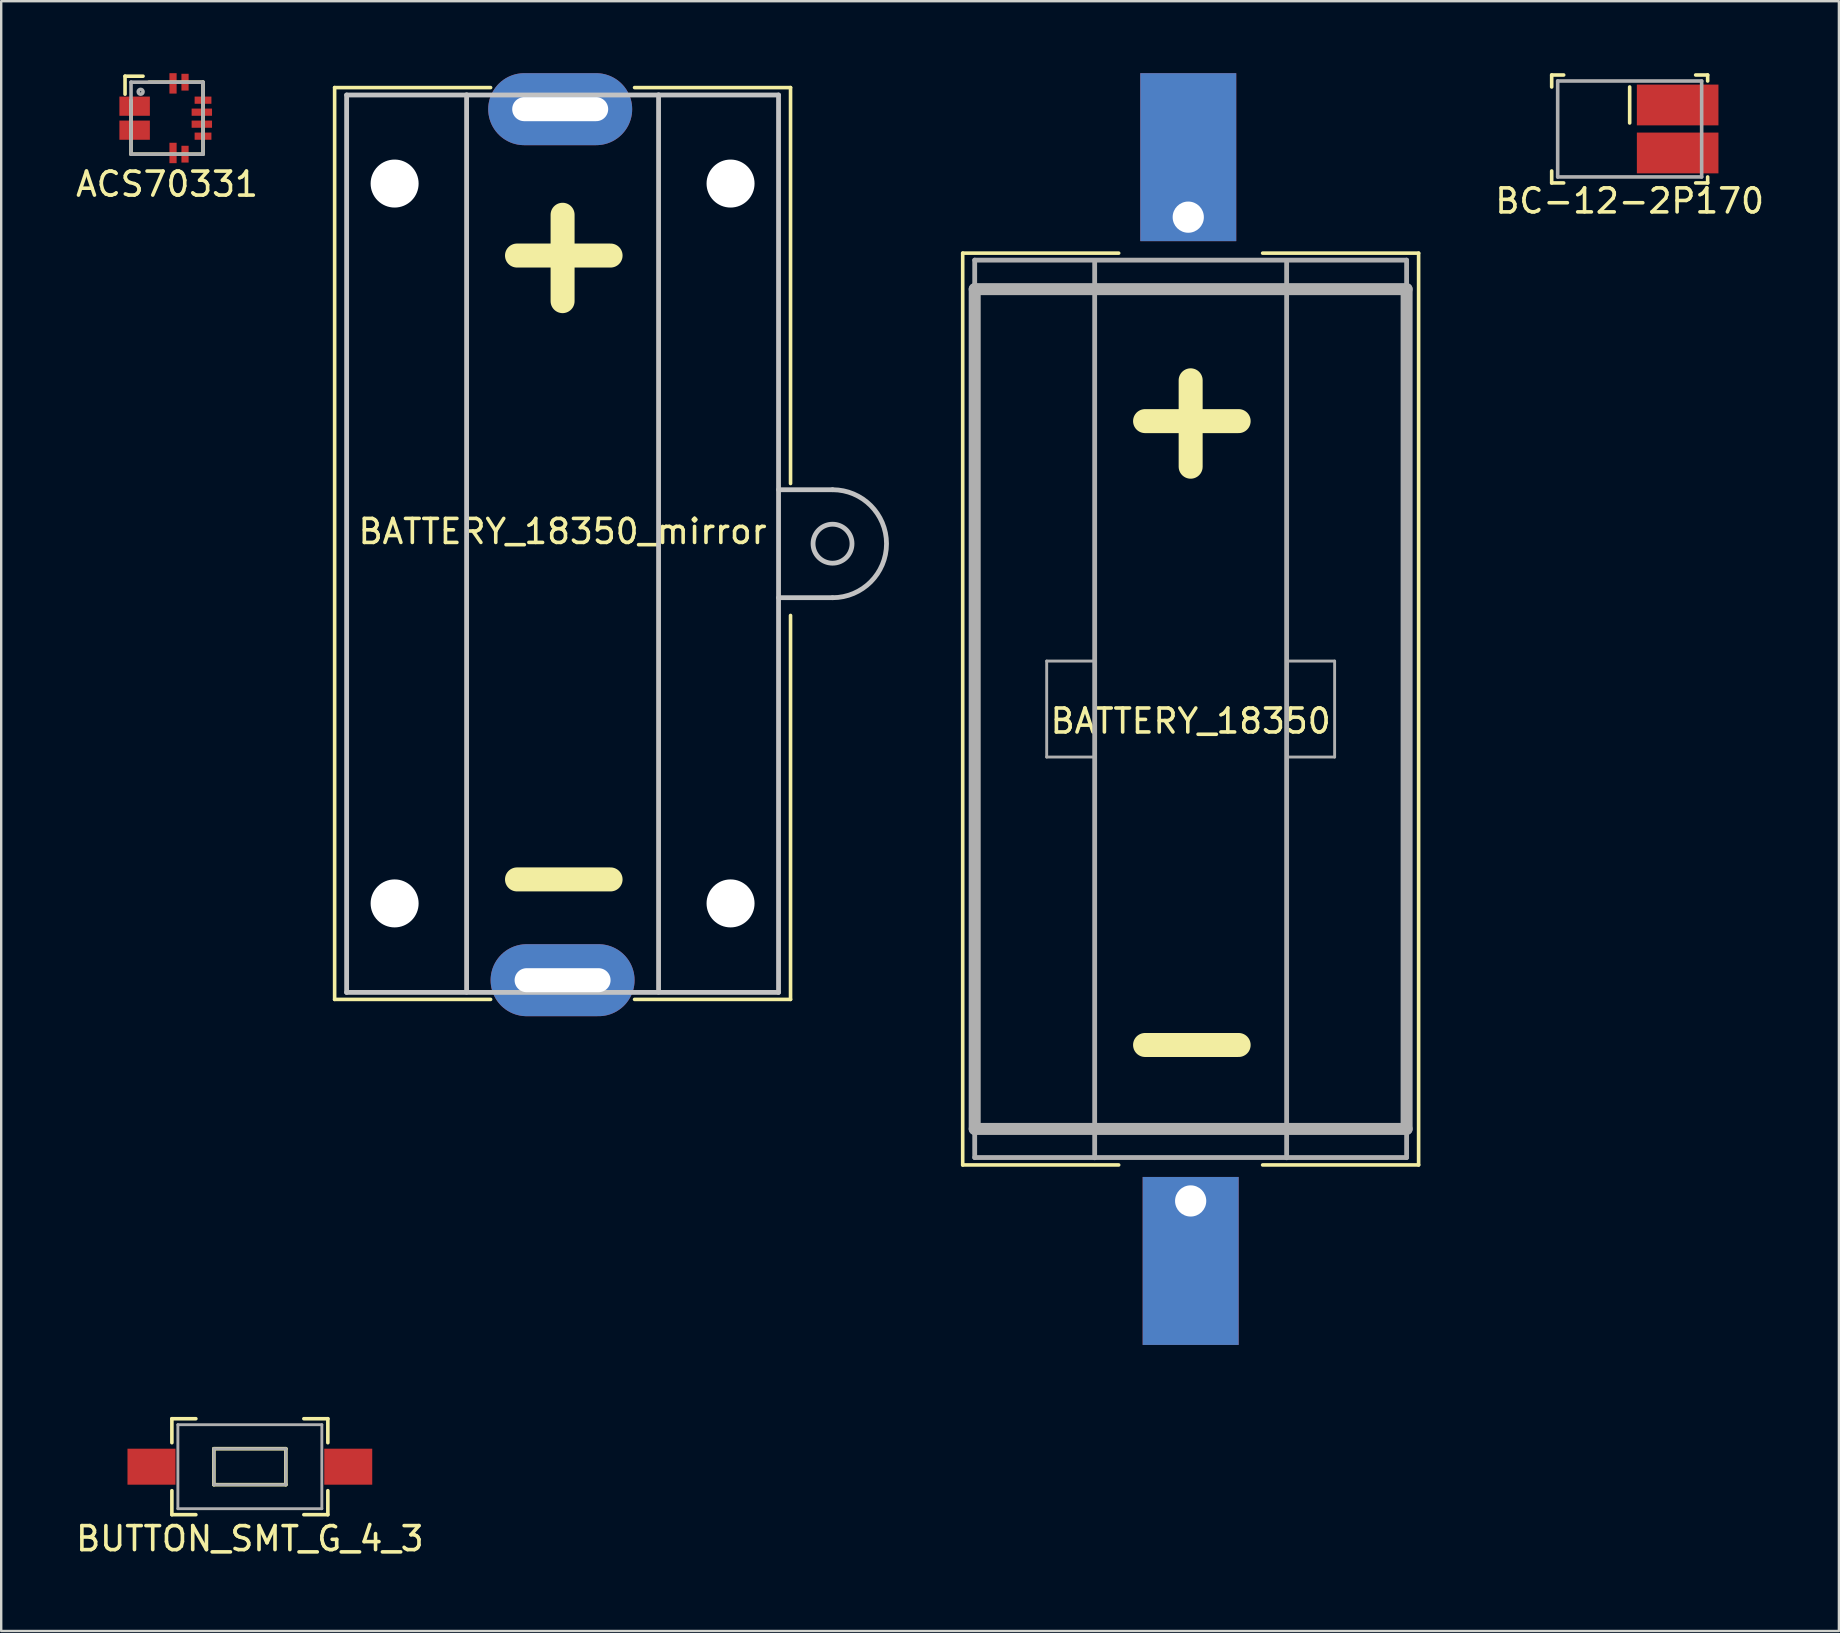
<source format=kicad_pcb>
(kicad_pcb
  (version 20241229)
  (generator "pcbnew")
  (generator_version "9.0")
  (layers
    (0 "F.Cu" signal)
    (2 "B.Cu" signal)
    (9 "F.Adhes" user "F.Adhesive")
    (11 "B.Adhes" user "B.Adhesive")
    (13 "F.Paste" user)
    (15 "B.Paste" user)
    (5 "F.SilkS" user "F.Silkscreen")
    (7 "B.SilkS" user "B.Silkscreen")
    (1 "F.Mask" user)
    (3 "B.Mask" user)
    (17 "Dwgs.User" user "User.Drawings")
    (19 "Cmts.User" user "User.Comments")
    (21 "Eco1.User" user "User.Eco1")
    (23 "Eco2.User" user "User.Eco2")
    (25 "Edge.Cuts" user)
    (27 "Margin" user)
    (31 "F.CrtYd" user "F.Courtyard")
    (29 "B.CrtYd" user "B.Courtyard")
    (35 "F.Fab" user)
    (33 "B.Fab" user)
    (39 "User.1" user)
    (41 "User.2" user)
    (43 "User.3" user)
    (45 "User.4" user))
  (footprint "BATTERY_18350_mirror"
    (layer "F.Cu")
    (at 20.396 19.6)
    (property "Reference" "BATTERY_18350_mirror" (at 0 -0.5 180) (layer "F.SilkS") (effects (font (size 1 1) (thickness 0.15))))
    (attr through_hole)
    (fp_line (start -9.5 -19) (end -3 -19) (stroke (width 0.15) (type solid)) (layer "F.SilkS"))
    (fp_line (start -9.5 19) (end -9.5 -19) (stroke (width 0.15) (type solid)) (layer "F.SilkS"))
    (fp_line (start -3 19) (end -9.5 19) (stroke (width 0.15) (type solid)) (layer "F.SilkS"))
    (fp_line (start -1.9 -12) (end 2 -12) (stroke (width 1) (type solid)) (layer "F.SilkS"))
    (fp_line (start -1.9 14) (end 2 14) (stroke (width 1) (type solid)) (layer "F.SilkS"))
    (fp_line (start 0 -13.7) (end 0 -10.1) (stroke (width 1) (type solid)) (layer "F.SilkS"))
    (fp_line (start 3 -19) (end 9.5 -19) (stroke (width 0.15) (type solid)) (layer "F.SilkS"))
    (fp_line (start 9.5 -19) (end 9.5 -2.5) (stroke (width 0.15) (type solid)) (layer "F.SilkS"))
    (fp_line (start 9.5 3) (end 9.5 19) (stroke (width 0.15) (type solid)) (layer "F.SilkS"))
    (fp_line (start 9.5 19) (end 3 19) (stroke (width 0.15) (type solid)) (layer "F.SilkS"))
    (fp_line (start -9 -18.691) (end -9 18.709) (stroke (width 0.2) (type solid)) (layer "Dwgs.User"))
    (fp_line (start -9 18.709) (end 9 18.709) (stroke (width 0.2) (type solid)) (layer "Dwgs.User"))
    (fp_line (start -4 18.7) (end -4 -18.7) (stroke (width 0.2) (type solid)) (layer "Dwgs.User"))
    (fp_line (start 4 18.7) (end 4 -18.7) (stroke (width 0.2) (type solid)) (layer "Dwgs.User"))
    (fp_line (start 9 -18.691) (end -9 -18.691) (stroke (width 0.2) (type solid)) (layer "Dwgs.User"))
    (fp_line (start 9 18.709) (end 9 -18.691) (stroke (width 0.2) (type solid)) (layer "Dwgs.User"))
    (fp_line (start 11.25 -2.241) (end 9 -2.241) (stroke (width 0.2) (type solid)) (layer "Dwgs.User"))
    (fp_line (start 11.25 2.259) (end 9 2.259) (stroke (width 0.2) (type solid)) (layer "Dwgs.User"))
    (fp_arc (start 11.25 -2.240634) (mid 13.499999 0.009365) (end 11.25 2.259364) (stroke (width 0.2) (type solid)) (layer "Dwgs.User"))
    (fp_circle (center 11.25 0.009) (end 10.438 0.009) (stroke (width 0.2) (type solid)) (fill no) (layer "Dwgs.User"))
    (pad "" np_thru_hole circle (at -7 -15 180) (size 2 2) (drill 2) (layers "*.Cu" "*.Mask"))
    (pad "" np_thru_hole circle (at -7 15 180) (size 2 2) (drill 2) (layers "*.Cu" "*.Mask"))
    (pad "" np_thru_hole circle (at 7 -15 180) (size 2 2) (drill 2) (layers "*.Cu" "*.Mask"))
    (pad "" np_thru_hole circle (at 7 15 180) (size 2 2) (drill 2) (layers "*.Cu" "*.Mask"))
    (pad "1" thru_hole oval (at -0.1 -18.1) (size 6 3) (drill oval 4 1) (layers "*.Cu" "*.Mask"))
    (pad "2" thru_hole oval (at 0 18.2) (size 6 3) (drill oval 4 1) (layers "*.Cu" "*.Mask")))
  (footprint "ACS70331"
    (layer "F.Cu")
    (at 3.911 1.875)
    (property "Reference" "ACS70331" (at 0 2.75 0) (layer "F.SilkS") (effects (font (size 1 1) (thickness 0.15))))
    (attr through_hole)
    (fp_line (start -1.75 -1.75) (end -1 -1.75) (stroke (width 0.15) (type solid)) (layer "F.SilkS"))
    (fp_line (start -1.75 -1) (end -1.75 -1.75) (stroke (width 0.15) (type solid)) (layer "F.SilkS"))
    (fp_line (start -1.5 1.5) (end -1.5 -0.75) (stroke (width 0.15) (type solid)) (layer "F.SilkS"))
    (fp_line (start -0.75 -1.5) (end 1.5 -1.5) (stroke (width 0.15) (type solid)) (layer "F.SilkS"))
    (fp_line (start 1.5 -1.5) (end 1.5 1.5) (stroke (width 0.15) (type solid)) (layer "F.SilkS"))
    (fp_line (start 1.5 1.5) (end -1.5 1.5) (stroke (width 0.15) (type solid)) (layer "F.SilkS"))
    (fp_line (start -1.5 -1.5) (end 1.5 -1.5) (stroke (width 0.15) (type solid)) (layer "F.Fab"))
    (fp_line (start -1.5 1.5) (end -1.5 -1.5) (stroke (width 0.15) (type solid)) (layer "F.Fab"))
    (fp_line (start 1.5 -1.5) (end 1.5 1.5) (stroke (width 0.15) (type solid)) (layer "F.Fab"))
    (fp_line (start 1.5 1.5) (end -1.5 1.5) (stroke (width 0.15) (type solid)) (layer "F.Fab"))
    (fp_circle (center -1.1 -1.1) (end -1.1 -1.2) (stroke (width 0.15) (type solid)) (fill no) (layer "F.Fab"))
    (pad "1" smd rect (at -1.35 -0.5) (size 1.27 0.8) (layers "F.Cu" "F.Mask" "F.Paste"))
    (pad "3" smd rect (at -1.35 0.5) (size 1.27 0.8) (layers "F.Cu" "F.Mask" "F.Paste"))
    (pad "5" smd rect (at 0.25 1.45) (size 0.3 0.85) (layers "F.Cu" "F.Mask" "F.Paste"))
    (pad "6" smd rect (at 0.75 1.5) (size 0.3 0.7) (layers "F.Cu" "F.Mask" "F.Paste"))
    (pad "7" smd rect (at 1.5 0.75 90) (size 0.3 0.7) (layers "F.Cu" "F.Mask" "F.Paste"))
    (pad "8" smd rect (at 1.45 0.25 90) (size 0.3 0.85) (layers "F.Cu" "F.Mask" "F.Paste"))
    (pad "9" smd rect (at 1.45 -0.25 90) (size 0.3 0.85) (layers "F.Cu" "F.Mask" "F.Paste"))
    (pad "10" smd rect (at 1.5 -0.75 90) (size 0.3 0.7) (layers "F.Cu" "F.Mask" "F.Paste"))
    (pad "11" smd rect (at 0.75 -1.5) (size 0.3 0.7) (layers "F.Cu" "F.Mask" "F.Paste"))
    (pad "12" smd rect (at 0.25 -1.45) (size 0.3 0.85) (layers "F.Cu" "F.Mask" "F.Paste")))
  (footprint "BC-12-2P170"
    (layer "F.Cu")
    (at 64.867 2.325)
    (property "Reference" "BC-12-2P170" (at 0 3 0) (layer "F.SilkS") (effects (font (size 1 1) (thickness 0.15))))
    (attr smd)
    (fp_line (start -3.25 -2.25) (end -3.25 -1.75) (stroke (width 0.15) (type solid)) (layer "F.SilkS"))
    (fp_line (start -3.25 1.75) (end -3.25 2.25) (stroke (width 0.15) (type solid)) (layer "F.SilkS"))
    (fp_line (start -3.25 2.25) (end -2.75 2.25) (stroke (width 0.15) (type solid)) (layer "F.SilkS"))
    (fp_line (start -2.75 -2.25) (end -3.25 -2.25) (stroke (width 0.15) (type solid)) (layer "F.SilkS"))
    (fp_line (start 0 -0.25) (end 0 -1.75) (stroke (width 0.15) (type solid)) (layer "F.SilkS"))
    (fp_line (start 2.75 -2.25) (end 3.25 -2.25) (stroke (width 0.15) (type solid)) (layer "F.SilkS"))
    (fp_line (start 2.75 2.25) (end 3.25 2.25) (stroke (width 0.15) (type solid)) (layer "F.SilkS"))
    (fp_line (start 3.25 -2.25) (end 3.25 -2) (stroke (width 0.15) (type solid)) (layer "F.SilkS"))
    (fp_line (start 3.25 2.25) (end 3.25 2) (stroke (width 0.15) (type solid)) (layer "F.SilkS"))
    (fp_line (start -3 -2) (end 3 -2) (stroke (width 0.15) (type solid)) (layer "F.Fab"))
    (fp_line (start -3 2) (end -3 -2) (stroke (width 0.15) (type solid)) (layer "F.Fab"))
    (fp_line (start -3 2) (end 3 2) (stroke (width 0.15) (type solid)) (layer "F.Fab"))
    (fp_line (start 3 -2) (end 3 2) (stroke (width 0.15) (type solid)) (layer "F.Fab"))
    (pad "1" smd rect (at 2 -1) (size 3.4 1.7) (layers "F.Cu" "F.Mask" "F.Paste"))
    (pad "2" smd rect (at 2 1) (size 3.4 1.7) (layers "F.Cu" "F.Mask" "F.Paste")))
  (footprint "BATTERY_18350"
    (layer "F.Cu")
    (at 46.571 26.5)
    (property "Reference" "BATTERY_18350" (at 0 0.5 0) (layer "F.SilkS") (effects (font (size 1 1) (thickness 0.15))))
    (attr through_hole)
    (fp_line (start -9.5 -19) (end -3 -19) (stroke (width 0.15) (type solid)) (layer "F.SilkS"))
    (fp_line (start -9.5 19) (end -9.5 -19) (stroke (width 0.15) (type solid)) (layer "F.SilkS"))
    (fp_line (start -3 19) (end -9.5 19) (stroke (width 0.15) (type solid)) (layer "F.SilkS"))
    (fp_line (start -1.9 -12) (end 2 -12) (stroke (width 1) (type solid)) (layer "F.SilkS"))
    (fp_line (start -1.9 14) (end 2 14) (stroke (width 1) (type solid)) (layer "F.SilkS"))
    (fp_line (start 0 -13.7) (end 0 -10.1) (stroke (width 1) (type solid)) (layer "F.SilkS"))
    (fp_line (start 3 -19) (end 9.5 -19) (stroke (width 0.15) (type solid)) (layer "F.SilkS"))
    (fp_line (start 9.5 -19) (end 9.5 19) (stroke (width 0.15) (type solid)) (layer "F.SilkS"))
    (fp_line (start 9.5 19) (end 3 19) (stroke (width 0.15) (type solid)) (layer "F.SilkS"))
    (fp_line (start -9 -18.709) (end -9 18.691) (stroke (width 0.2) (type solid)) (layer "F.Fab"))
    (fp_line (start -9 -17.5) (end -9 17.5) (stroke (width 0.5) (type solid)) (layer "F.Fab"))
    (fp_line (start -9 -17.5) (end 9 -17.5) (stroke (width 0.5) (type solid)) (layer "F.Fab"))
    (fp_line (start -9 17.5) (end 9 17.5) (stroke (width 0.5) (type solid)) (layer "F.Fab"))
    (fp_line (start -9 18.691) (end 9 18.691) (stroke (width 0.2) (type solid)) (layer "F.Fab"))
    (fp_line (start -6 -2) (end -6 2) (stroke (width 0.12) (type solid)) (layer "F.Fab"))
    (fp_line (start -6 2) (end -4 2) (stroke (width 0.12) (type solid)) (layer "F.Fab"))
    (fp_line (start -4 -18.7) (end -4 18.7) (stroke (width 0.2) (type solid)) (layer "F.Fab"))
    (fp_line (start -4 -2) (end -6 -2) (stroke (width 0.12) (type solid)) (layer "F.Fab"))
    (fp_line (start 4 -18.7) (end 4 18.7) (stroke (width 0.2) (type solid)) (layer "F.Fab"))
    (fp_line (start 4 -2) (end 6 -2) (stroke (width 0.12) (type solid)) (layer "F.Fab"))
    (fp_line (start 6 -2) (end 6 2) (stroke (width 0.12) (type solid)) (layer "F.Fab"))
    (fp_line (start 6 2) (end 4 2) (stroke (width 0.12) (type solid)) (layer "F.Fab"))
    (fp_line (start 9 -18.709) (end -9 -18.709) (stroke (width 0.2) (type solid)) (layer "F.Fab"))
    (fp_line (start 9 -17.5) (end 9 17.5) (stroke (width 0.5) (type solid)) (layer "F.Fab"))
    (fp_line (start 9 18.691) (end 9 -18.709) (stroke (width 0.2) (type solid)) (layer "F.Fab"))
    (pad "1" thru_hole rect (at -0.1 -20.5) (size 4 7) (drill 1.3 (offset 0 -2.5)) (layers "*.Cu" "*.Mask"))
    (pad "2" thru_hole rect (at 0 20.5) (size 4 7) (drill 1.3 (offset 0 2.5)) (layers "*.Cu" "*.Mask")))
  (footprint "BUTTON_SMT_G_4_3"
    (layer "F.Cu")
    (at 7.363 58.075)
    (property "Reference" "BUTTON_SMT_G_4_3" (at 0 3 0) (layer "F.SilkS") (effects (font (size 1 1) (thickness 0.15))))
    (attr smd)
    (fp_line (start -3.25 -2) (end -2.25 -2) (stroke (width 0.15) (type solid)) (layer "F.SilkS"))
    (fp_line (start -3.25 -1) (end -3.25 -2) (stroke (width 0.15) (type solid)) (layer "F.SilkS"))
    (fp_line (start -3.25 1) (end -3.25 2) (stroke (width 0.15) (type solid)) (layer "F.SilkS"))
    (fp_line (start -3.25 2) (end -2.25 2) (stroke (width 0.15) (type solid)) (layer "F.SilkS"))
    (fp_line (start -1.5 -0.75) (end -1.5 0.75) (stroke (width 0.15) (type solid)) (layer "F.SilkS"))
    (fp_line (start -1.5 0.75) (end 1.5 0.75) (stroke (width 0.15) (type solid)) (layer "F.SilkS"))
    (fp_line (start 1.5 -0.75) (end -1.5 -0.75) (stroke (width 0.15) (type solid)) (layer "F.SilkS"))
    (fp_line (start 1.5 0.75) (end 1.5 -0.75) (stroke (width 0.15) (type solid)) (layer "F.SilkS"))
    (fp_line (start 3.25 -2) (end 2.25 -2) (stroke (width 0.15) (type solid)) (layer "F.SilkS"))
    (fp_line (start 3.25 -1) (end 3.25 -2) (stroke (width 0.15) (type solid)) (layer "F.SilkS"))
    (fp_line (start 3.25 1) (end 3.25 2) (stroke (width 0.15) (type solid)) (layer "F.SilkS"))
    (fp_line (start 3.25 2) (end 2.25 2) (stroke (width 0.15) (type solid)) (layer "F.SilkS"))
    (fp_line (start -3 -1.75) (end -3 1.75) (stroke (width 0.12) (type solid)) (layer "F.Fab"))
    (fp_line (start -3 1.75) (end 3 1.75) (stroke (width 0.12) (type solid)) (layer "F.Fab"))
    (fp_line (start -1.5 -0.75) (end 1.5 -0.75) (stroke (width 0.12) (type solid)) (layer "F.Fab"))
    (fp_line (start -1.5 0.75) (end -1.5 -0.75) (stroke (width 0.12) (type solid)) (layer "F.Fab"))
    (fp_line (start 1.5 -0.75) (end 1.5 0.75) (stroke (width 0.12) (type solid)) (layer "F.Fab"))
    (fp_line (start 1.5 0.75) (end -1.5 0.75) (stroke (width 0.12) (type solid)) (layer "F.Fab"))
    (fp_line (start 3 -1.75) (end -3 -1.75) (stroke (width 0.12) (type solid)) (layer "F.Fab"))
    (fp_line (start 3 1.75) (end 3 -1.75) (stroke (width 0.12) (type solid)) (layer "F.Fab"))
    (pad "1" smd rect (at -4.1 0) (size 2 1.5) (layers "F.Cu" "F.Mask" "F.Paste"))
    (pad "2" smd rect (at 4.1 0) (size 2 1.5) (layers "F.Cu" "F.Mask" "F.Paste")))
  (gr_rect
    (start -3 -3)
    (end 73.587 64.923)
    (stroke (width 0.1) (type default))
    (fill no)
    (layer "Edge.Cuts")))
</source>
